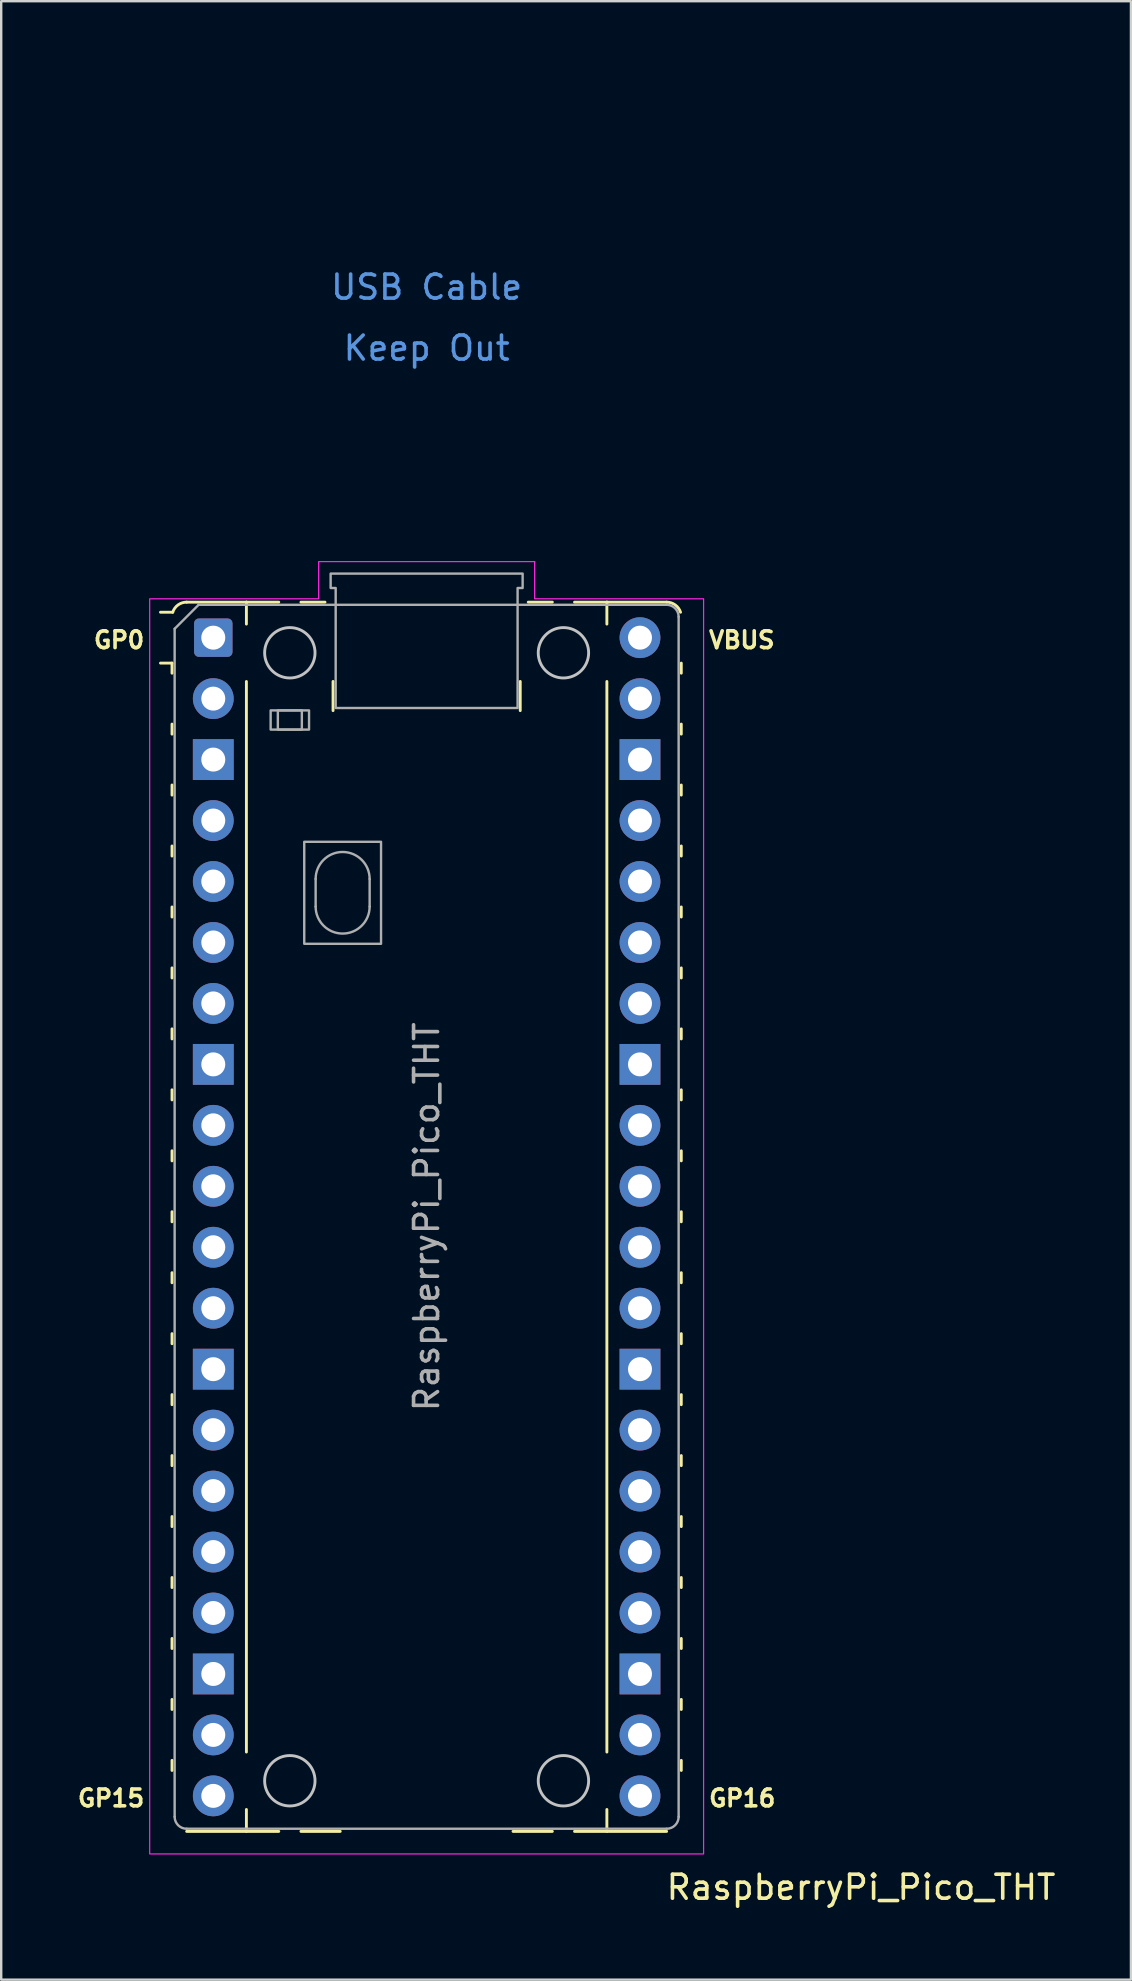
<source format=kicad_pcb>
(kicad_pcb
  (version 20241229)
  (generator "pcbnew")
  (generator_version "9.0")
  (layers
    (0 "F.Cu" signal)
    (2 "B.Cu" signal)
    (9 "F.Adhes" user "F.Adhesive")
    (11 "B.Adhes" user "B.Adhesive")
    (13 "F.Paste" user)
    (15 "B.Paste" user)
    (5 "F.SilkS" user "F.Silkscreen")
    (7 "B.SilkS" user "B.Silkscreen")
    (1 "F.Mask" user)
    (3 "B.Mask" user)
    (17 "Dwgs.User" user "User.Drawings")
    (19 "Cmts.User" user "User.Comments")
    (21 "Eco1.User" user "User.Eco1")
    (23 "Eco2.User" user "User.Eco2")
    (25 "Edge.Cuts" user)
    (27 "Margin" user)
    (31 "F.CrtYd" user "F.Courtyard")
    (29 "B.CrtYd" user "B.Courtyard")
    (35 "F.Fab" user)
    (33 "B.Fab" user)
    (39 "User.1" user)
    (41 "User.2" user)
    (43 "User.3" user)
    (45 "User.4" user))
  (footprint "RaspberryPi_Pico_THT"
    (layer "F.Cu")
    (at 14.727 47.65)
    (property "Reference" "RaspberryPi_Pico_THT" (at 9.906 27.94 0) (unlocked yes) (layer "F.SilkS") (effects (font (size 1 1) (thickness 0.15)) (justify left)))
    (attr through_hole)
    (fp_line (start -10.61 -23.07) (end -11.09 -23.07) (stroke (width 0.12) (type solid)) (layer "F.SilkS"))
    (fp_line (start -10.61 -23.07) (end -10.61 -22.65) (stroke (width 0.12) (type solid)) (layer "F.SilkS"))
    (fp_line (start -10.61 -20.53) (end -10.61 -20.11) (stroke (width 0.12) (type solid)) (layer "F.SilkS"))
    (fp_line (start -10.61 -17.99) (end -10.61 -17.57) (stroke (width 0.12) (type solid)) (layer "F.SilkS"))
    (fp_line (start -10.61 -15.45) (end -10.61 -15.03) (stroke (width 0.12) (type solid)) (layer "F.SilkS"))
    (fp_line (start -10.61 -12.91) (end -10.61 -12.49) (stroke (width 0.12) (type solid)) (layer "F.SilkS"))
    (fp_line (start -10.61 -10.37) (end -10.61 -9.95) (stroke (width 0.12) (type solid)) (layer "F.SilkS"))
    (fp_line (start -10.61 -7.83) (end -10.61 -7.41) (stroke (width 0.12) (type solid)) (layer "F.SilkS"))
    (fp_line (start -10.61 -5.29) (end -10.61 -4.87) (stroke (width 0.12) (type solid)) (layer "F.SilkS"))
    (fp_line (start -10.61 -2.75) (end -10.61 -2.33) (stroke (width 0.12) (type solid)) (layer "F.SilkS"))
    (fp_line (start -10.61 -0.21) (end -10.61 0.21) (stroke (width 0.12) (type solid)) (layer "F.SilkS"))
    (fp_line (start -10.61 2.33) (end -10.61 2.75) (stroke (width 0.12) (type solid)) (layer "F.SilkS"))
    (fp_line (start -10.61 4.87) (end -10.61 5.29) (stroke (width 0.12) (type solid)) (layer "F.SilkS"))
    (fp_line (start -10.61 7.41) (end -10.61 7.83) (stroke (width 0.12) (type solid)) (layer "F.SilkS"))
    (fp_line (start -10.61 9.95) (end -10.61 10.37) (stroke (width 0.12) (type solid)) (layer "F.SilkS"))
    (fp_line (start -10.61 12.49) (end -10.61 12.91) (stroke (width 0.12) (type solid)) (layer "F.SilkS"))
    (fp_line (start -10.61 15.03) (end -10.61 15.45) (stroke (width 0.12) (type solid)) (layer "F.SilkS"))
    (fp_line (start -10.61 17.57) (end -10.61 17.99) (stroke (width 0.12) (type solid)) (layer "F.SilkS"))
    (fp_line (start -10.61 20.11) (end -10.61 20.53) (stroke (width 0.12) (type solid)) (layer "F.SilkS"))
    (fp_line (start -10.61 22.65) (end -10.61 23.07) (stroke (width 0.12) (type solid)) (layer "F.SilkS"))
    (fp_line (start -10.58 -25.19) (end -11.09 -25.19) (stroke (width 0.12) (type solid)) (layer "F.SilkS"))
    (fp_line (start -10 -25.61) (end -7.51 -25.61) (stroke (width 0.12) (type solid)) (layer "F.SilkS"))
    (fp_line (start -10 25.61) (end -6.162 25.61) (stroke (width 0.12) (type solid)) (layer "F.SilkS"))
    (fp_line (start -7.51 -25.61) (end -7.51 -24.696) (stroke (width 0.12) (type solid)) (layer "F.SilkS"))
    (fp_line (start -7.51 -25.61) (end -6.162 -25.61) (stroke (width 0.12) (type solid)) (layer "F.SilkS"))
    (fp_line (start -7.51 -22.304) (end -7.51 22.304) (stroke (width 0.12) (type solid)) (layer "F.SilkS"))
    (fp_line (start -7.51 24.696) (end -7.51 25.61) (stroke (width 0.12) (type solid)) (layer "F.SilkS"))
    (fp_line (start -5.238 -25.61) (end -4.235 -25.61) (stroke (width 0.12) (type solid)) (layer "F.SilkS"))
    (fp_line (start -3.9 -22.306) (end -3.9 -21.09) (stroke (width 0.12) (type solid)) (layer "F.SilkS"))
    (fp_line (start -3.6 25.61) (end -5.238 25.61) (stroke (width 0.12) (type solid)) (layer "F.SilkS"))
    (fp_line (start 3.9 -22.306) (end 3.9 -21.09) (stroke (width 0.12) (type solid)) (layer "F.SilkS"))
    (fp_line (start 4.235 -25.61) (end 5.238 -25.61) (stroke (width 0.12) (type solid)) (layer "F.SilkS"))
    (fp_line (start 5.238 25.61) (end 3.6 25.61) (stroke (width 0.12) (type solid)) (layer "F.SilkS"))
    (fp_line (start 6.162 -25.61) (end 7.51 -25.61) (stroke (width 0.12) (type solid)) (layer "F.SilkS"))
    (fp_line (start 6.162 25.61) (end 10 25.61) (stroke (width 0.12) (type solid)) (layer "F.SilkS"))
    (fp_line (start 7.51 -25.61) (end 7.51 -24.696) (stroke (width 0.12) (type solid)) (layer "F.SilkS"))
    (fp_line (start 7.51 -22.304) (end 7.51 22.304) (stroke (width 0.12) (type solid)) (layer "F.SilkS"))
    (fp_line (start 7.51 24.696) (end 7.51 25.61) (stroke (width 0.12) (type solid)) (layer "F.SilkS"))
    (fp_line (start 10 -25.61) (end 7.51 -25.61) (stroke (width 0.12) (type solid)) (layer "F.SilkS"))
    (fp_line (start 10.61 -23.07) (end 10.61 -22.65) (stroke (width 0.12) (type solid)) (layer "F.SilkS"))
    (fp_line (start 10.61 -20.53) (end 10.61 -20.11) (stroke (width 0.12) (type solid)) (layer "F.SilkS"))
    (fp_line (start 10.61 -17.99) (end 10.61 -17.57) (stroke (width 0.12) (type solid)) (layer "F.SilkS"))
    (fp_line (start 10.61 -15.45) (end 10.61 -15.03) (stroke (width 0.12) (type solid)) (layer "F.SilkS"))
    (fp_line (start 10.61 -12.91) (end 10.61 -12.49) (stroke (width 0.12) (type solid)) (layer "F.SilkS"))
    (fp_line (start 10.61 -10.37) (end 10.61 -9.95) (stroke (width 0.12) (type solid)) (layer "F.SilkS"))
    (fp_line (start 10.61 -7.83) (end 10.61 -7.41) (stroke (width 0.12) (type solid)) (layer "F.SilkS"))
    (fp_line (start 10.61 -5.29) (end 10.61 -4.87) (stroke (width 0.12) (type solid)) (layer "F.SilkS"))
    (fp_line (start 10.61 -2.75) (end 10.61 -2.33) (stroke (width 0.12) (type solid)) (layer "F.SilkS"))
    (fp_line (start 10.61 -0.21) (end 10.61 0.21) (stroke (width 0.12) (type solid)) (layer "F.SilkS"))
    (fp_line (start 10.61 2.33) (end 10.61 2.75) (stroke (width 0.12) (type solid)) (layer "F.SilkS"))
    (fp_line (start 10.61 4.87) (end 10.61 5.29) (stroke (width 0.12) (type solid)) (layer "F.SilkS"))
    (fp_line (start 10.61 7.41) (end 10.61 7.83) (stroke (width 0.12) (type solid)) (layer "F.SilkS"))
    (fp_line (start 10.61 9.95) (end 10.61 10.37) (stroke (width 0.12) (type solid)) (layer "F.SilkS"))
    (fp_line (start 10.61 12.49) (end 10.61 12.91) (stroke (width 0.12) (type solid)) (layer "F.SilkS"))
    (fp_line (start 10.61 15.03) (end 10.61 15.45) (stroke (width 0.12) (type solid)) (layer "F.SilkS"))
    (fp_line (start 10.61 17.57) (end 10.61 17.99) (stroke (width 0.12) (type solid)) (layer "F.SilkS"))
    (fp_line (start 10.61 20.11) (end 10.61 20.53) (stroke (width 0.12) (type solid)) (layer "F.SilkS"))
    (fp_line (start 10.61 22.65) (end 10.61 23.07) (stroke (width 0.12) (type solid)) (layer "F.SilkS"))
    (fp_arc (start -10.579676 -25.19) (mid -10.357938 -25.493944) (end -10 -25.61) (stroke (width 0.12) (type solid)) (layer "F.SilkS"))
    (fp_arc (start 10 -25.61) (mid 10.357937 -25.493944) (end 10.579676 -25.189937) (stroke (width 0.12) (type solid)) (layer "F.SilkS"))
    (fp_circle (center -5.7 -23.5) (end -4.65 -23.5) (stroke (width 0.12) (type solid)) (fill no) (layer "Dwgs.User"))
    (fp_circle (center -5.7 23.5) (end -4.65 23.5) (stroke (width 0.12) (type solid)) (fill no) (layer "Dwgs.User"))
    (fp_circle (center 5.7 -23.5) (end 6.75 -23.5) (stroke (width 0.12) (type solid)) (fill no) (layer "Dwgs.User"))
    (fp_circle (center 5.7 23.5) (end 6.75 23.5) (stroke (width 0.12) (type solid)) (fill no) (layer "Dwgs.User"))
    (fp_poly (pts (xy -4.5 -27.3) (xy 4.5 -27.3) (xy 4.5 -25.75) (xy 11.54 -25.75) (xy 11.54 26.55) (xy -11.54 26.55) (xy -11.54 -25.75) (xy -4.5 -25.75)) (stroke (width 0.05) (type solid)) (fill no) (layer "F.CrtYd"))
    (fp_line (start -10.5 -24.5) (end -9.5 -25.5) (stroke (width 0.1) (type solid)) (layer "F.Fab"))
    (fp_line (start -10.5 25) (end -10.5 -24.5) (stroke (width 0.1) (type solid)) (layer "F.Fab"))
    (fp_line (start -9.5 -25.5) (end 10 -25.5) (stroke (width 0.1) (type solid)) (layer "F.Fab"))
    (fp_line (start -4.625 -14.075) (end -4.625 -12.925) (stroke (width 0.1) (type solid)) (layer "F.Fab"))
    (fp_line (start -2.375 -14.075) (end -2.375 -12.925) (stroke (width 0.1) (type solid)) (layer "F.Fab"))
    (fp_line (start 10 25.5) (end -10 25.5) (stroke (width 0.1) (type solid)) (layer "F.Fab"))
    (fp_line (start 10.5 -25) (end 10.5 25) (stroke (width 0.1) (type solid)) (layer "F.Fab"))
    (fp_rect (start -6.5 -21.1) (end -4.9 -20.3) (stroke (width 0.1) (type solid)) (fill no) (layer "F.Fab"))
    (fp_rect (start -6.2 -21.1) (end -5.2 -20.3) (stroke (width 0.1) (type solid)) (fill no) (layer "F.Fab"))
    (fp_rect (start -5.1 -15.625) (end -1.9 -11.375) (stroke (width 0.1) (type solid)) (fill no) (layer "F.Fab"))
    (fp_arc (start -10 25.5) (mid -10.353553 25.353553) (end -10.5 25) (stroke (width 0.1) (type solid)) (layer "F.Fab"))
    (fp_arc (start -4.625 -14.075) (mid -3.5 -15.2) (end -2.375 -14.075) (stroke (width 0.1) (type solid)) (layer "F.Fab"))
    (fp_arc (start -2.375 -12.925) (mid -3.5 -11.8) (end -4.625 -12.925) (stroke (width 0.1) (type solid)) (layer "F.Fab"))
    (fp_arc (start 10 -25.5) (mid 10.353553 -25.353553) (end 10.5 -25) (stroke (width 0.1) (type solid)) (layer "F.Fab"))
    (fp_arc (start 10.5 25) (mid 10.353553 25.353553) (end 10 25.5) (stroke (width 0.1) (type solid)) (layer "F.Fab"))
    (fp_poly (pts (xy 3.79 -21.2) (xy 3.79 -26.2) (xy 4 -26.2) (xy 4 -26.8) (xy -4 -26.8) (xy -4 -26.2) (xy -3.79 -26.2) (xy -3.79 -21.2)) (stroke (width 0.1) (type solid)) (fill no) (layer "F.Fab"))
    (fp_text user "GP0" (at -11.684 -23.622 0) (unlocked yes) (layer "F.SilkS") (effects (font (size 0.7 0.7) (thickness 0.15) (bold yes)) (justify right bottom)))
    (fp_text user "VBUS" (at 11.684 -23.622 0) (unlocked yes) (layer "F.SilkS") (effects (font (size 0.7 0.7) (thickness 0.15) (bold yes)) (justify left bottom)))
    (fp_text user "GP16" (at 11.684 24.638 0) (unlocked yes) (layer "F.SilkS") (effects (font (size 0.7 0.7) (thickness 0.15) (bold yes)) (justify left bottom)))
    (fp_text user "GP15" (at -11.684 24.638 0) (unlocked yes) (layer "F.SilkS") (effects (font (size 0.7 0.7) (thickness 0.15) (bold yes)) (justify right bottom)))
    (fp_text user "USB Cable" (at 0 -38.735 0) (unlocked yes) (layer "Cmts.User") (effects (font (size 1 1) (thickness 0.15))))
    (fp_text user "Keep Out" (at 0 -36.195 0) (unlocked yes) (layer "Cmts.User") (effects (font (size 1 1) (thickness 0.15))))
    (fp_text user "${REFERENCE}" (at 0 0 90) (layer "F.Fab") (effects (font (size 1 1) (thickness 0.15))))
    (pad "1" thru_hole roundrect (at -8.89 -24.13) (size 1.6 1.6) (drill 1) (layers "*.Cu" "*.Mask") (roundrect_rratio 0.125))
    (pad "2" thru_hole circle (at -8.89 -21.59) (size 1.7 1.7) (drill 1) (layers "*.Cu" "*.Mask"))
    (pad "3" thru_hole rect (at -8.89 -19.05) (size 1.7 1.7) (drill 1) (layers "*.Cu" "*.Mask"))
    (pad "4" thru_hole circle (at -8.89 -16.51) (size 1.7 1.7) (drill 1) (layers "*.Cu" "*.Mask"))
    (pad "5" thru_hole circle (at -8.89 -13.97) (size 1.7 1.7) (drill 1) (layers "*.Cu" "*.Mask"))
    (pad "6" thru_hole circle (at -8.89 -11.43) (size 1.7 1.7) (drill 1) (layers "*.Cu" "*.Mask"))
    (pad "7" thru_hole circle (at -8.89 -8.89) (size 1.7 1.7) (drill 1) (layers "*.Cu" "*.Mask"))
    (pad "8" thru_hole rect (at -8.89 -6.35) (size 1.7 1.7) (drill 1) (layers "*.Cu" "*.Mask"))
    (pad "9" thru_hole circle (at -8.89 -3.81) (size 1.7 1.7) (drill 1) (layers "*.Cu" "*.Mask"))
    (pad "10" thru_hole circle (at -8.89 -1.27) (size 1.7 1.7) (drill 1) (layers "*.Cu" "*.Mask"))
    (pad "11" thru_hole circle (at -8.89 1.27) (size 1.7 1.7) (drill 1) (layers "*.Cu" "*.Mask"))
    (pad "12" thru_hole circle (at -8.89 3.81) (size 1.7 1.7) (drill 1) (layers "*.Cu" "*.Mask"))
    (pad "13" thru_hole rect (at -8.89 6.35) (size 1.7 1.7) (drill 1) (layers "*.Cu" "*.Mask"))
    (pad "14" thru_hole circle (at -8.89 8.89) (size 1.7 1.7) (drill 1) (layers "*.Cu" "*.Mask"))
    (pad "15" thru_hole circle (at -8.89 11.43) (size 1.7 1.7) (drill 1) (layers "*.Cu" "*.Mask"))
    (pad "16" thru_hole circle (at -8.89 13.97) (size 1.7 1.7) (drill 1) (layers "*.Cu" "*.Mask"))
    (pad "17" thru_hole circle (at -8.89 16.51) (size 1.7 1.7) (drill 1) (layers "*.Cu" "*.Mask"))
    (pad "18" thru_hole rect (at -8.89 19.05) (size 1.7 1.7) (drill 1) (layers "*.Cu" "*.Mask"))
    (pad "19" thru_hole circle (at -8.89 21.59) (size 1.7 1.7) (drill 1) (layers "*.Cu" "*.Mask"))
    (pad "20" thru_hole circle (at -8.89 24.13) (size 1.7 1.7) (drill 1) (layers "*.Cu" "*.Mask"))
    (pad "21" thru_hole circle (at 8.89 24.13) (size 1.7 1.7) (drill 1) (layers "*.Cu" "*.Mask"))
    (pad "22" thru_hole circle (at 8.89 21.59) (size 1.7 1.7) (drill 1) (layers "*.Cu" "*.Mask"))
    (pad "23" thru_hole rect (at 8.89 19.05) (size 1.7 1.7) (drill 1) (layers "*.Cu" "*.Mask"))
    (pad "24" thru_hole circle (at 8.89 16.51) (size 1.7 1.7) (drill 1) (layers "*.Cu" "*.Mask"))
    (pad "25" thru_hole circle (at 8.89 13.97) (size 1.7 1.7) (drill 1) (layers "*.Cu" "*.Mask"))
    (pad "26" thru_hole circle (at 8.89 11.43) (size 1.7 1.7) (drill 1) (layers "*.Cu" "*.Mask"))
    (pad "27" thru_hole circle (at 8.89 8.89) (size 1.7 1.7) (drill 1) (layers "*.Cu" "*.Mask"))
    (pad "28" thru_hole rect (at 8.89 6.35) (size 1.7 1.7) (drill 1) (layers "*.Cu" "*.Mask"))
    (pad "29" thru_hole circle (at 8.89 3.81) (size 1.7 1.7) (drill 1) (layers "*.Cu" "*.Mask"))
    (pad "30" thru_hole circle (at 8.89 1.27) (size 1.7 1.7) (drill 1) (layers "*.Cu" "*.Mask"))
    (pad "31" thru_hole circle (at 8.89 -1.27) (size 1.7 1.7) (drill 1) (layers "*.Cu" "*.Mask"))
    (pad "32" thru_hole circle (at 8.89 -3.81) (size 1.7 1.7) (drill 1) (layers "*.Cu" "*.Mask"))
    (pad "33" thru_hole rect (at 8.89 -6.35) (size 1.7 1.7) (drill 1) (layers "*.Cu" "*.Mask"))
    (pad "34" thru_hole circle (at 8.89 -8.89) (size 1.7 1.7) (drill 1) (layers "*.Cu" "*.Mask"))
    (pad "35" thru_hole circle (at 8.89 -11.43) (size 1.7 1.7) (drill 1) (layers "*.Cu" "*.Mask"))
    (pad "36" thru_hole circle (at 8.89 -13.97) (size 1.7 1.7) (drill 1) (layers "*.Cu" "*.Mask"))
    (pad "37" thru_hole circle (at 8.89 -16.51) (size 1.7 1.7) (drill 1) (layers "*.Cu" "*.Mask"))
    (pad "38" thru_hole rect (at 8.89 -19.05) (size 1.7 1.7) (drill 1) (layers "*.Cu" "*.Mask"))
    (pad "39" thru_hole circle (at 8.89 -21.59) (size 1.7 1.7) (drill 1) (layers "*.Cu" "*.Mask"))
    (pad "40" thru_hole circle (at 8.89 -24.13) (size 1.7 1.7) (drill 1) (layers "*.Cu" "*.Mask"))
    (zone (net_name "") (layer "Edge.Cuts") (name "Board Keep Out USB Cable") (hatch edge 0.5) (connect_pads) (min_thickness 0.254) (filled_areas_thickness no) (keepout (tracks allowed) (vias allowed) (pads allowed) (copperpour allowed) (footprints allowed)) (placement (enabled no)) (fill) (polygon (pts (xy 8.527 0) (xy 20.927 0) (xy 20.927 20.4) (xy 8.527 20.4))))
    (zone (net_name "") (layer "F.CrtYd") (name "USB Cable Keep Out") (hatch full 0.5) (connect_pads) (min_thickness 0.254) (filled_areas_thickness no) (keepout (tracks allowed) (vias allowed) (pads allowed) (copperpour allowed) (footprints not_allowed)) (placement (enabled no)) (fill) (polygon (pts (xy 8.977 19.95) (xy 10.787 19.95) (xy 10.787 20.35) (xy 18.667 20.35) (xy 18.667 19.95) (xy 20.477 19.95) (xy 20.477 0.45) (xy 8.977 0.45)))))
  (gr_rect
    (start -3 -3)
    (end 44.074 79.438)
    (stroke (width 0.1) (type default))
    (fill no)
    (layer "Edge.Cuts")))
</source>
